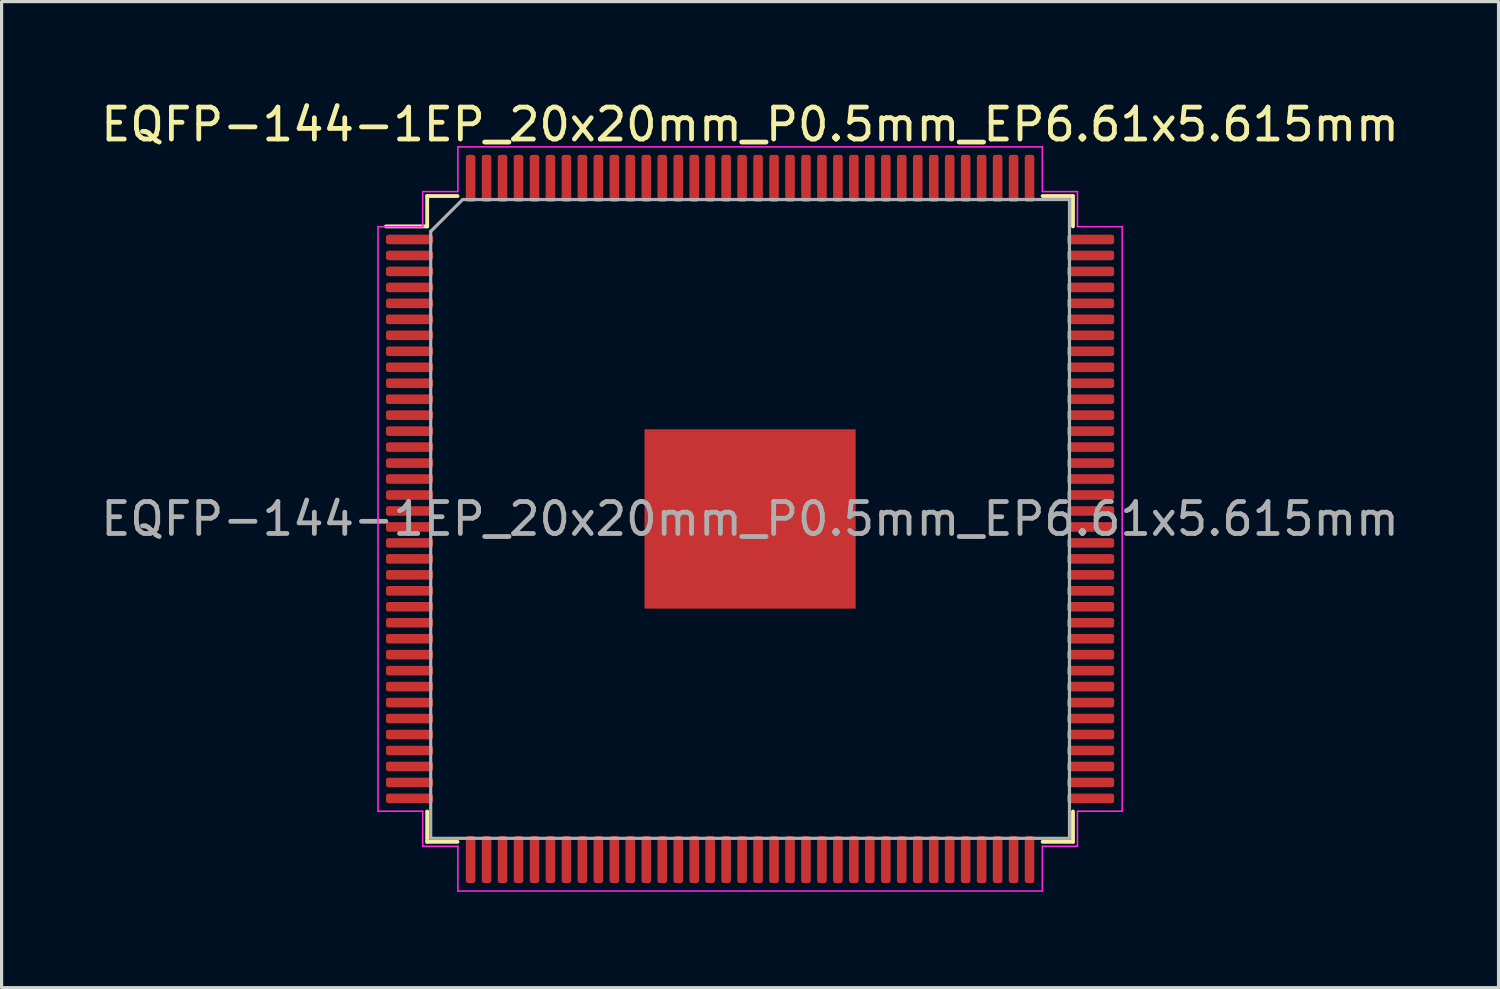
<source format=kicad_pcb>
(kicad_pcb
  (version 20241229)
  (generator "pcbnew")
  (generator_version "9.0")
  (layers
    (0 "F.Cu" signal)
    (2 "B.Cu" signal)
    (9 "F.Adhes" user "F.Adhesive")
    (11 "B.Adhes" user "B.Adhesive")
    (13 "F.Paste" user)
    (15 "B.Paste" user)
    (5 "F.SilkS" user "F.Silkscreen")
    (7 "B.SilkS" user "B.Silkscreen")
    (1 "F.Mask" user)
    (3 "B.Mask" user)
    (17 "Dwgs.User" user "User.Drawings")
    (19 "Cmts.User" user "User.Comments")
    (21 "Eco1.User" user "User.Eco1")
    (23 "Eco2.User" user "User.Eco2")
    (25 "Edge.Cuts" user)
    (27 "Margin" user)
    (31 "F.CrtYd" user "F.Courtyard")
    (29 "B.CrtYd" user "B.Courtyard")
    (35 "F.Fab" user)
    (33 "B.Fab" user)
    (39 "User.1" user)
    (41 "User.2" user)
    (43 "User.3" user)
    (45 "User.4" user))
  (footprint "EQFP-144-1EP_20x20mm_P0.5mm_EP6.61x5.615mm"
    (layer "F.Cu")
    (at 20.435 13.198)
    (property "Reference" "EQFP-144-1EP_20x20mm_P0.5mm_EP6.61x5.615mm" (at 0 -12.35 0) (layer "F.SilkS") (effects (font (size 1 1) (thickness 0.15))))
    (attr smd)
    (fp_line (start -10.11 -10.11) (end -10.11 -9.16) (stroke (width 0.12) (type solid)) (layer "F.SilkS"))
    (fp_line (start -10.11 -9.16) (end -11.4 -9.16) (stroke (width 0.12) (type solid)) (layer "F.SilkS"))
    (fp_line (start -10.11 10.11) (end -10.11 9.16) (stroke (width 0.12) (type solid)) (layer "F.SilkS"))
    (fp_line (start -9.16 -10.11) (end -10.11 -10.11) (stroke (width 0.12) (type solid)) (layer "F.SilkS"))
    (fp_line (start -9.16 10.11) (end -10.11 10.11) (stroke (width 0.12) (type solid)) (layer "F.SilkS"))
    (fp_line (start 9.16 -10.11) (end 10.11 -10.11) (stroke (width 0.12) (type solid)) (layer "F.SilkS"))
    (fp_line (start 9.16 10.11) (end 10.11 10.11) (stroke (width 0.12) (type solid)) (layer "F.SilkS"))
    (fp_line (start 10.11 -10.11) (end 10.11 -9.16) (stroke (width 0.12) (type solid)) (layer "F.SilkS"))
    (fp_line (start 10.11 10.11) (end 10.11 9.16) (stroke (width 0.12) (type solid)) (layer "F.SilkS"))
    (fp_line (start -11.65 -9.15) (end -11.65 0) (stroke (width 0.05) (type solid)) (layer "F.CrtYd"))
    (fp_line (start -11.65 9.15) (end -11.65 0) (stroke (width 0.05) (type solid)) (layer "F.CrtYd"))
    (fp_line (start -10.25 -10.25) (end -10.25 -9.15) (stroke (width 0.05) (type solid)) (layer "F.CrtYd"))
    (fp_line (start -10.25 -9.15) (end -11.65 -9.15) (stroke (width 0.05) (type solid)) (layer "F.CrtYd"))
    (fp_line (start -10.25 9.15) (end -11.65 9.15) (stroke (width 0.05) (type solid)) (layer "F.CrtYd"))
    (fp_line (start -10.25 10.25) (end -10.25 9.15) (stroke (width 0.05) (type solid)) (layer "F.CrtYd"))
    (fp_line (start -9.15 -11.65) (end -9.15 -10.25) (stroke (width 0.05) (type solid)) (layer "F.CrtYd"))
    (fp_line (start -9.15 -10.25) (end -10.25 -10.25) (stroke (width 0.05) (type solid)) (layer "F.CrtYd"))
    (fp_line (start -9.15 10.25) (end -10.25 10.25) (stroke (width 0.05) (type solid)) (layer "F.CrtYd"))
    (fp_line (start -9.15 11.65) (end -9.15 10.25) (stroke (width 0.05) (type solid)) (layer "F.CrtYd"))
    (fp_line (start 0 -11.65) (end -9.15 -11.65) (stroke (width 0.05) (type solid)) (layer "F.CrtYd"))
    (fp_line (start 0 -11.65) (end 9.15 -11.65) (stroke (width 0.05) (type solid)) (layer "F.CrtYd"))
    (fp_line (start 0 11.65) (end -9.15 11.65) (stroke (width 0.05) (type solid)) (layer "F.CrtYd"))
    (fp_line (start 0 11.65) (end 9.15 11.65) (stroke (width 0.05) (type solid)) (layer "F.CrtYd"))
    (fp_line (start 9.15 -11.65) (end 9.15 -10.25) (stroke (width 0.05) (type solid)) (layer "F.CrtYd"))
    (fp_line (start 9.15 -10.25) (end 10.25 -10.25) (stroke (width 0.05) (type solid)) (layer "F.CrtYd"))
    (fp_line (start 9.15 10.25) (end 10.25 10.25) (stroke (width 0.05) (type solid)) (layer "F.CrtYd"))
    (fp_line (start 9.15 11.65) (end 9.15 10.25) (stroke (width 0.05) (type solid)) (layer "F.CrtYd"))
    (fp_line (start 10.25 -10.25) (end 10.25 -9.15) (stroke (width 0.05) (type solid)) (layer "F.CrtYd"))
    (fp_line (start 10.25 -9.15) (end 11.65 -9.15) (stroke (width 0.05) (type solid)) (layer "F.CrtYd"))
    (fp_line (start 10.25 9.15) (end 11.65 9.15) (stroke (width 0.05) (type solid)) (layer "F.CrtYd"))
    (fp_line (start 10.25 10.25) (end 10.25 9.15) (stroke (width 0.05) (type solid)) (layer "F.CrtYd"))
    (fp_line (start 11.65 -9.15) (end 11.65 0) (stroke (width 0.05) (type solid)) (layer "F.CrtYd"))
    (fp_line (start 11.65 9.15) (end 11.65 0) (stroke (width 0.05) (type solid)) (layer "F.CrtYd"))
    (fp_line (start -10 -9) (end -9 -10) (stroke (width 0.1) (type solid)) (layer "F.Fab"))
    (fp_line (start -10 10) (end -10 -9) (stroke (width 0.1) (type solid)) (layer "F.Fab"))
    (fp_line (start -9 -10) (end 10 -10) (stroke (width 0.1) (type solid)) (layer "F.Fab"))
    (fp_line (start 10 -10) (end 10 10) (stroke (width 0.1) (type solid)) (layer "F.Fab"))
    (fp_line (start 10 10) (end -10 10) (stroke (width 0.1) (type solid)) (layer "F.Fab"))
    (fp_text user "${REFERENCE}" (at 0 0 0) (layer "F.Fab") (effects (font (size 1 1) (thickness 0.15))))
    (pad "" smd roundrect (at -2.64 -2.1) (size 1.07 1.13) (layers "F.Paste") (roundrect_rratio 0.234))
    (pad "" smd roundrect (at -2.64 -0.7) (size 1.07 1.13) (layers "F.Paste") (roundrect_rratio 0.234))
    (pad "" smd roundrect (at -2.64 0.7) (size 1.07 1.13) (layers "F.Paste") (roundrect_rratio 0.234))
    (pad "" smd roundrect (at -2.64 2.1) (size 1.07 1.13) (layers "F.Paste") (roundrect_rratio 0.234))
    (pad "" smd roundrect (at -1.32 -2.1) (size 1.07 1.13) (layers "F.Paste") (roundrect_rratio 0.234))
    (pad "" smd roundrect (at -1.32 -0.7) (size 1.07 1.13) (layers "F.Paste") (roundrect_rratio 0.234))
    (pad "" smd roundrect (at -1.32 0.7) (size 1.07 1.13) (layers "F.Paste") (roundrect_rratio 0.234))
    (pad "" smd roundrect (at -1.32 2.1) (size 1.07 1.13) (layers "F.Paste") (roundrect_rratio 0.234))
    (pad "" smd roundrect (at 0 -2.1) (size 1.07 1.13) (layers "F.Paste") (roundrect_rratio 0.234))
    (pad "" smd roundrect (at 0 -0.7) (size 1.07 1.13) (layers "F.Paste") (roundrect_rratio 0.234))
    (pad "" smd roundrect (at 0 0.7) (size 1.07 1.13) (layers "F.Paste") (roundrect_rratio 0.234))
    (pad "" smd roundrect (at 0 2.1) (size 1.07 1.13) (layers "F.Paste") (roundrect_rratio 0.234))
    (pad "" smd roundrect (at 1.32 -2.1) (size 1.07 1.13) (layers "F.Paste") (roundrect_rratio 0.234))
    (pad "" smd roundrect (at 1.32 -0.7) (size 1.07 1.13) (layers "F.Paste") (roundrect_rratio 0.234))
    (pad "" smd roundrect (at 1.32 0.7) (size 1.07 1.13) (layers "F.Paste") (roundrect_rratio 0.234))
    (pad "" smd roundrect (at 1.32 2.1) (size 1.07 1.13) (layers "F.Paste") (roundrect_rratio 0.234))
    (pad "" smd roundrect (at 2.64 -2.1) (size 1.07 1.13) (layers "F.Paste") (roundrect_rratio 0.234))
    (pad "" smd roundrect (at 2.64 -0.7) (size 1.07 1.13) (layers "F.Paste") (roundrect_rratio 0.234))
    (pad "" smd roundrect (at 2.64 0.7) (size 1.07 1.13) (layers "F.Paste") (roundrect_rratio 0.234))
    (pad "" smd roundrect (at 2.64 2.1) (size 1.07 1.13) (layers "F.Paste") (roundrect_rratio 0.234))
    (pad "1" smd roundrect (at -10.662 -8.75) (size 1.475 0.3) (layers "F.Cu" "F.Mask" "F.Paste") (roundrect_rratio 0.25))
    (pad "2" smd roundrect (at -10.662 -8.25) (size 1.475 0.3) (layers "F.Cu" "F.Mask" "F.Paste") (roundrect_rratio 0.25))
    (pad "3" smd roundrect (at -10.662 -7.75) (size 1.475 0.3) (layers "F.Cu" "F.Mask" "F.Paste") (roundrect_rratio 0.25))
    (pad "4" smd roundrect (at -10.662 -7.25) (size 1.475 0.3) (layers "F.Cu" "F.Mask" "F.Paste") (roundrect_rratio 0.25))
    (pad "5" smd roundrect (at -10.662 -6.75) (size 1.475 0.3) (layers "F.Cu" "F.Mask" "F.Paste") (roundrect_rratio 0.25))
    (pad "6" smd roundrect (at -10.662 -6.25) (size 1.475 0.3) (layers "F.Cu" "F.Mask" "F.Paste") (roundrect_rratio 0.25))
    (pad "7" smd roundrect (at -10.662 -5.75) (size 1.475 0.3) (layers "F.Cu" "F.Mask" "F.Paste") (roundrect_rratio 0.25))
    (pad "8" smd roundrect (at -10.662 -5.25) (size 1.475 0.3) (layers "F.Cu" "F.Mask" "F.Paste") (roundrect_rratio 0.25))
    (pad "9" smd roundrect (at -10.662 -4.75) (size 1.475 0.3) (layers "F.Cu" "F.Mask" "F.Paste") (roundrect_rratio 0.25))
    (pad "10" smd roundrect (at -10.662 -4.25) (size 1.475 0.3) (layers "F.Cu" "F.Mask" "F.Paste") (roundrect_rratio 0.25))
    (pad "11" smd roundrect (at -10.662 -3.75) (size 1.475 0.3) (layers "F.Cu" "F.Mask" "F.Paste") (roundrect_rratio 0.25))
    (pad "12" smd roundrect (at -10.662 -3.25) (size 1.475 0.3) (layers "F.Cu" "F.Mask" "F.Paste") (roundrect_rratio 0.25))
    (pad "13" smd roundrect (at -10.662 -2.75) (size 1.475 0.3) (layers "F.Cu" "F.Mask" "F.Paste") (roundrect_rratio 0.25))
    (pad "14" smd roundrect (at -10.662 -2.25) (size 1.475 0.3) (layers "F.Cu" "F.Mask" "F.Paste") (roundrect_rratio 0.25))
    (pad "15" smd roundrect (at -10.662 -1.75) (size 1.475 0.3) (layers "F.Cu" "F.Mask" "F.Paste") (roundrect_rratio 0.25))
    (pad "16" smd roundrect (at -10.662 -1.25) (size 1.475 0.3) (layers "F.Cu" "F.Mask" "F.Paste") (roundrect_rratio 0.25))
    (pad "17" smd roundrect (at -10.662 -0.75) (size 1.475 0.3) (layers "F.Cu" "F.Mask" "F.Paste") (roundrect_rratio 0.25))
    (pad "18" smd roundrect (at -10.662 -0.25) (size 1.475 0.3) (layers "F.Cu" "F.Mask" "F.Paste") (roundrect_rratio 0.25))
    (pad "19" smd roundrect (at -10.662 0.25) (size 1.475 0.3) (layers "F.Cu" "F.Mask" "F.Paste") (roundrect_rratio 0.25))
    (pad "20" smd roundrect (at -10.662 0.75) (size 1.475 0.3) (layers "F.Cu" "F.Mask" "F.Paste") (roundrect_rratio 0.25))
    (pad "21" smd roundrect (at -10.662 1.25) (size 1.475 0.3) (layers "F.Cu" "F.Mask" "F.Paste") (roundrect_rratio 0.25))
    (pad "22" smd roundrect (at -10.662 1.75) (size 1.475 0.3) (layers "F.Cu" "F.Mask" "F.Paste") (roundrect_rratio 0.25))
    (pad "23" smd roundrect (at -10.662 2.25) (size 1.475 0.3) (layers "F.Cu" "F.Mask" "F.Paste") (roundrect_rratio 0.25))
    (pad "24" smd roundrect (at -10.662 2.75) (size 1.475 0.3) (layers "F.Cu" "F.Mask" "F.Paste") (roundrect_rratio 0.25))
    (pad "25" smd roundrect (at -10.662 3.25) (size 1.475 0.3) (layers "F.Cu" "F.Mask" "F.Paste") (roundrect_rratio 0.25))
    (pad "26" smd roundrect (at -10.662 3.75) (size 1.475 0.3) (layers "F.Cu" "F.Mask" "F.Paste") (roundrect_rratio 0.25))
    (pad "27" smd roundrect (at -10.662 4.25) (size 1.475 0.3) (layers "F.Cu" "F.Mask" "F.Paste") (roundrect_rratio 0.25))
    (pad "28" smd roundrect (at -10.662 4.75) (size 1.475 0.3) (layers "F.Cu" "F.Mask" "F.Paste") (roundrect_rratio 0.25))
    (pad "29" smd roundrect (at -10.662 5.25) (size 1.475 0.3) (layers "F.Cu" "F.Mask" "F.Paste") (roundrect_rratio 0.25))
    (pad "30" smd roundrect (at -10.662 5.75) (size 1.475 0.3) (layers "F.Cu" "F.Mask" "F.Paste") (roundrect_rratio 0.25))
    (pad "31" smd roundrect (at -10.662 6.25) (size 1.475 0.3) (layers "F.Cu" "F.Mask" "F.Paste") (roundrect_rratio 0.25))
    (pad "32" smd roundrect (at -10.662 6.75) (size 1.475 0.3) (layers "F.Cu" "F.Mask" "F.Paste") (roundrect_rratio 0.25))
    (pad "33" smd roundrect (at -10.662 7.25) (size 1.475 0.3) (layers "F.Cu" "F.Mask" "F.Paste") (roundrect_rratio 0.25))
    (pad "34" smd roundrect (at -10.662 7.75) (size 1.475 0.3) (layers "F.Cu" "F.Mask" "F.Paste") (roundrect_rratio 0.25))
    (pad "35" smd roundrect (at -10.662 8.25) (size 1.475 0.3) (layers "F.Cu" "F.Mask" "F.Paste") (roundrect_rratio 0.25))
    (pad "36" smd roundrect (at -10.662 8.75) (size 1.475 0.3) (layers "F.Cu" "F.Mask" "F.Paste") (roundrect_rratio 0.25))
    (pad "37" smd roundrect (at -8.75 10.662) (size 0.3 1.475) (layers "F.Cu" "F.Mask" "F.Paste") (roundrect_rratio 0.25))
    (pad "38" smd roundrect (at -8.25 10.662) (size 0.3 1.475) (layers "F.Cu" "F.Mask" "F.Paste") (roundrect_rratio 0.25))
    (pad "39" smd roundrect (at -7.75 10.662) (size 0.3 1.475) (layers "F.Cu" "F.Mask" "F.Paste") (roundrect_rratio 0.25))
    (pad "40" smd roundrect (at -7.25 10.662) (size 0.3 1.475) (layers "F.Cu" "F.Mask" "F.Paste") (roundrect_rratio 0.25))
    (pad "41" smd roundrect (at -6.75 10.662) (size 0.3 1.475) (layers "F.Cu" "F.Mask" "F.Paste") (roundrect_rratio 0.25))
    (pad "42" smd roundrect (at -6.25 10.662) (size 0.3 1.475) (layers "F.Cu" "F.Mask" "F.Paste") (roundrect_rratio 0.25))
    (pad "43" smd roundrect (at -5.75 10.662) (size 0.3 1.475) (layers "F.Cu" "F.Mask" "F.Paste") (roundrect_rratio 0.25))
    (pad "44" smd roundrect (at -5.25 10.662) (size 0.3 1.475) (layers "F.Cu" "F.Mask" "F.Paste") (roundrect_rratio 0.25))
    (pad "45" smd roundrect (at -4.75 10.662) (size 0.3 1.475) (layers "F.Cu" "F.Mask" "F.Paste") (roundrect_rratio 0.25))
    (pad "46" smd roundrect (at -4.25 10.662) (size 0.3 1.475) (layers "F.Cu" "F.Mask" "F.Paste") (roundrect_rratio 0.25))
    (pad "47" smd roundrect (at -3.75 10.662) (size 0.3 1.475) (layers "F.Cu" "F.Mask" "F.Paste") (roundrect_rratio 0.25))
    (pad "48" smd roundrect (at -3.25 10.662) (size 0.3 1.475) (layers "F.Cu" "F.Mask" "F.Paste") (roundrect_rratio 0.25))
    (pad "49" smd roundrect (at -2.75 10.662) (size 0.3 1.475) (layers "F.Cu" "F.Mask" "F.Paste") (roundrect_rratio 0.25))
    (pad "50" smd roundrect (at -2.25 10.662) (size 0.3 1.475) (layers "F.Cu" "F.Mask" "F.Paste") (roundrect_rratio 0.25))
    (pad "51" smd roundrect (at -1.75 10.662) (size 0.3 1.475) (layers "F.Cu" "F.Mask" "F.Paste") (roundrect_rratio 0.25))
    (pad "52" smd roundrect (at -1.25 10.662) (size 0.3 1.475) (layers "F.Cu" "F.Mask" "F.Paste") (roundrect_rratio 0.25))
    (pad "53" smd roundrect (at -0.75 10.662) (size 0.3 1.475) (layers "F.Cu" "F.Mask" "F.Paste") (roundrect_rratio 0.25))
    (pad "54" smd roundrect (at -0.25 10.662) (size 0.3 1.475) (layers "F.Cu" "F.Mask" "F.Paste") (roundrect_rratio 0.25))
    (pad "55" smd roundrect (at 0.25 10.662) (size 0.3 1.475) (layers "F.Cu" "F.Mask" "F.Paste") (roundrect_rratio 0.25))
    (pad "56" smd roundrect (at 0.75 10.662) (size 0.3 1.475) (layers "F.Cu" "F.Mask" "F.Paste") (roundrect_rratio 0.25))
    (pad "57" smd roundrect (at 1.25 10.662) (size 0.3 1.475) (layers "F.Cu" "F.Mask" "F.Paste") (roundrect_rratio 0.25))
    (pad "58" smd roundrect (at 1.75 10.662) (size 0.3 1.475) (layers "F.Cu" "F.Mask" "F.Paste") (roundrect_rratio 0.25))
    (pad "59" smd roundrect (at 2.25 10.662) (size 0.3 1.475) (layers "F.Cu" "F.Mask" "F.Paste") (roundrect_rratio 0.25))
    (pad "60" smd roundrect (at 2.75 10.662) (size 0.3 1.475) (layers "F.Cu" "F.Mask" "F.Paste") (roundrect_rratio 0.25))
    (pad "61" smd roundrect (at 3.25 10.662) (size 0.3 1.475) (layers "F.Cu" "F.Mask" "F.Paste") (roundrect_rratio 0.25))
    (pad "62" smd roundrect (at 3.75 10.662) (size 0.3 1.475) (layers "F.Cu" "F.Mask" "F.Paste") (roundrect_rratio 0.25))
    (pad "63" smd roundrect (at 4.25 10.662) (size 0.3 1.475) (layers "F.Cu" "F.Mask" "F.Paste") (roundrect_rratio 0.25))
    (pad "64" smd roundrect (at 4.75 10.662) (size 0.3 1.475) (layers "F.Cu" "F.Mask" "F.Paste") (roundrect_rratio 0.25))
    (pad "65" smd roundrect (at 5.25 10.662) (size 0.3 1.475) (layers "F.Cu" "F.Mask" "F.Paste") (roundrect_rratio 0.25))
    (pad "66" smd roundrect (at 5.75 10.662) (size 0.3 1.475) (layers "F.Cu" "F.Mask" "F.Paste") (roundrect_rratio 0.25))
    (pad "67" smd roundrect (at 6.25 10.662) (size 0.3 1.475) (layers "F.Cu" "F.Mask" "F.Paste") (roundrect_rratio 0.25))
    (pad "68" smd roundrect (at 6.75 10.662) (size 0.3 1.475) (layers "F.Cu" "F.Mask" "F.Paste") (roundrect_rratio 0.25))
    (pad "69" smd roundrect (at 7.25 10.662) (size 0.3 1.475) (layers "F.Cu" "F.Mask" "F.Paste") (roundrect_rratio 0.25))
    (pad "70" smd roundrect (at 7.75 10.662) (size 0.3 1.475) (layers "F.Cu" "F.Mask" "F.Paste") (roundrect_rratio 0.25))
    (pad "71" smd roundrect (at 8.25 10.662) (size 0.3 1.475) (layers "F.Cu" "F.Mask" "F.Paste") (roundrect_rratio 0.25))
    (pad "72" smd roundrect (at 8.75 10.662) (size 0.3 1.475) (layers "F.Cu" "F.Mask" "F.Paste") (roundrect_rratio 0.25))
    (pad "73" smd roundrect (at 10.662 8.75) (size 1.475 0.3) (layers "F.Cu" "F.Mask" "F.Paste") (roundrect_rratio 0.25))
    (pad "74" smd roundrect (at 10.662 8.25) (size 1.475 0.3) (layers "F.Cu" "F.Mask" "F.Paste") (roundrect_rratio 0.25))
    (pad "75" smd roundrect (at 10.662 7.75) (size 1.475 0.3) (layers "F.Cu" "F.Mask" "F.Paste") (roundrect_rratio 0.25))
    (pad "76" smd roundrect (at 10.662 7.25) (size 1.475 0.3) (layers "F.Cu" "F.Mask" "F.Paste") (roundrect_rratio 0.25))
    (pad "77" smd roundrect (at 10.662 6.75) (size 1.475 0.3) (layers "F.Cu" "F.Mask" "F.Paste") (roundrect_rratio 0.25))
    (pad "78" smd roundrect (at 10.662 6.25) (size 1.475 0.3) (layers "F.Cu" "F.Mask" "F.Paste") (roundrect_rratio 0.25))
    (pad "79" smd roundrect (at 10.662 5.75) (size 1.475 0.3) (layers "F.Cu" "F.Mask" "F.Paste") (roundrect_rratio 0.25))
    (pad "80" smd roundrect (at 10.662 5.25) (size 1.475 0.3) (layers "F.Cu" "F.Mask" "F.Paste") (roundrect_rratio 0.25))
    (pad "81" smd roundrect (at 10.662 4.75) (size 1.475 0.3) (layers "F.Cu" "F.Mask" "F.Paste") (roundrect_rratio 0.25))
    (pad "82" smd roundrect (at 10.662 4.25) (size 1.475 0.3) (layers "F.Cu" "F.Mask" "F.Paste") (roundrect_rratio 0.25))
    (pad "83" smd roundrect (at 10.662 3.75) (size 1.475 0.3) (layers "F.Cu" "F.Mask" "F.Paste") (roundrect_rratio 0.25))
    (pad "84" smd roundrect (at 10.662 3.25) (size 1.475 0.3) (layers "F.Cu" "F.Mask" "F.Paste") (roundrect_rratio 0.25))
    (pad "85" smd roundrect (at 10.662 2.75) (size 1.475 0.3) (layers "F.Cu" "F.Mask" "F.Paste") (roundrect_rratio 0.25))
    (pad "86" smd roundrect (at 10.662 2.25) (size 1.475 0.3) (layers "F.Cu" "F.Mask" "F.Paste") (roundrect_rratio 0.25))
    (pad "87" smd roundrect (at 10.662 1.75) (size 1.475 0.3) (layers "F.Cu" "F.Mask" "F.Paste") (roundrect_rratio 0.25))
    (pad "88" smd roundrect (at 10.662 1.25) (size 1.475 0.3) (layers "F.Cu" "F.Mask" "F.Paste") (roundrect_rratio 0.25))
    (pad "89" smd roundrect (at 10.662 0.75) (size 1.475 0.3) (layers "F.Cu" "F.Mask" "F.Paste") (roundrect_rratio 0.25))
    (pad "90" smd roundrect (at 10.662 0.25) (size 1.475 0.3) (layers "F.Cu" "F.Mask" "F.Paste") (roundrect_rratio 0.25))
    (pad "91" smd roundrect (at 10.662 -0.25) (size 1.475 0.3) (layers "F.Cu" "F.Mask" "F.Paste") (roundrect_rratio 0.25))
    (pad "92" smd roundrect (at 10.662 -0.75) (size 1.475 0.3) (layers "F.Cu" "F.Mask" "F.Paste") (roundrect_rratio 0.25))
    (pad "93" smd roundrect (at 10.662 -1.25) (size 1.475 0.3) (layers "F.Cu" "F.Mask" "F.Paste") (roundrect_rratio 0.25))
    (pad "94" smd roundrect (at 10.662 -1.75) (size 1.475 0.3) (layers "F.Cu" "F.Mask" "F.Paste") (roundrect_rratio 0.25))
    (pad "95" smd roundrect (at 10.662 -2.25) (size 1.475 0.3) (layers "F.Cu" "F.Mask" "F.Paste") (roundrect_rratio 0.25))
    (pad "96" smd roundrect (at 10.662 -2.75) (size 1.475 0.3) (layers "F.Cu" "F.Mask" "F.Paste") (roundrect_rratio 0.25))
    (pad "97" smd roundrect (at 10.662 -3.25) (size 1.475 0.3) (layers "F.Cu" "F.Mask" "F.Paste") (roundrect_rratio 0.25))
    (pad "98" smd roundrect (at 10.662 -3.75) (size 1.475 0.3) (layers "F.Cu" "F.Mask" "F.Paste") (roundrect_rratio 0.25))
    (pad "99" smd roundrect (at 10.662 -4.25) (size 1.475 0.3) (layers "F.Cu" "F.Mask" "F.Paste") (roundrect_rratio 0.25))
    (pad "100" smd roundrect (at 10.662 -4.75) (size 1.475 0.3) (layers "F.Cu" "F.Mask" "F.Paste") (roundrect_rratio 0.25))
    (pad "101" smd roundrect (at 10.662 -5.25) (size 1.475 0.3) (layers "F.Cu" "F.Mask" "F.Paste") (roundrect_rratio 0.25))
    (pad "102" smd roundrect (at 10.662 -5.75) (size 1.475 0.3) (layers "F.Cu" "F.Mask" "F.Paste") (roundrect_rratio 0.25))
    (pad "103" smd roundrect (at 10.662 -6.25) (size 1.475 0.3) (layers "F.Cu" "F.Mask" "F.Paste") (roundrect_rratio 0.25))
    (pad "104" smd roundrect (at 10.662 -6.75) (size 1.475 0.3) (layers "F.Cu" "F.Mask" "F.Paste") (roundrect_rratio 0.25))
    (pad "105" smd roundrect (at 10.662 -7.25) (size 1.475 0.3) (layers "F.Cu" "F.Mask" "F.Paste") (roundrect_rratio 0.25))
    (pad "106" smd roundrect (at 10.662 -7.75) (size 1.475 0.3) (layers "F.Cu" "F.Mask" "F.Paste") (roundrect_rratio 0.25))
    (pad "107" smd roundrect (at 10.662 -8.25) (size 1.475 0.3) (layers "F.Cu" "F.Mask" "F.Paste") (roundrect_rratio 0.25))
    (pad "108" smd roundrect (at 10.662 -8.75) (size 1.475 0.3) (layers "F.Cu" "F.Mask" "F.Paste") (roundrect_rratio 0.25))
    (pad "109" smd roundrect (at 8.75 -10.662) (size 0.3 1.475) (layers "F.Cu" "F.Mask" "F.Paste") (roundrect_rratio 0.25))
    (pad "110" smd roundrect (at 8.25 -10.662) (size 0.3 1.475) (layers "F.Cu" "F.Mask" "F.Paste") (roundrect_rratio 0.25))
    (pad "111" smd roundrect (at 7.75 -10.662) (size 0.3 1.475) (layers "F.Cu" "F.Mask" "F.Paste") (roundrect_rratio 0.25))
    (pad "112" smd roundrect (at 7.25 -10.662) (size 0.3 1.475) (layers "F.Cu" "F.Mask" "F.Paste") (roundrect_rratio 0.25))
    (pad "113" smd roundrect (at 6.75 -10.662) (size 0.3 1.475) (layers "F.Cu" "F.Mask" "F.Paste") (roundrect_rratio 0.25))
    (pad "114" smd roundrect (at 6.25 -10.662) (size 0.3 1.475) (layers "F.Cu" "F.Mask" "F.Paste") (roundrect_rratio 0.25))
    (pad "115" smd roundrect (at 5.75 -10.662) (size 0.3 1.475) (layers "F.Cu" "F.Mask" "F.Paste") (roundrect_rratio 0.25))
    (pad "116" smd roundrect (at 5.25 -10.662) (size 0.3 1.475) (layers "F.Cu" "F.Mask" "F.Paste") (roundrect_rratio 0.25))
    (pad "117" smd roundrect (at 4.75 -10.662) (size 0.3 1.475) (layers "F.Cu" "F.Mask" "F.Paste") (roundrect_rratio 0.25))
    (pad "118" smd roundrect (at 4.25 -10.662) (size 0.3 1.475) (layers "F.Cu" "F.Mask" "F.Paste") (roundrect_rratio 0.25))
    (pad "119" smd roundrect (at 3.75 -10.662) (size 0.3 1.475) (layers "F.Cu" "F.Mask" "F.Paste") (roundrect_rratio 0.25))
    (pad "120" smd roundrect (at 3.25 -10.662) (size 0.3 1.475) (layers "F.Cu" "F.Mask" "F.Paste") (roundrect_rratio 0.25))
    (pad "121" smd roundrect (at 2.75 -10.662) (size 0.3 1.475) (layers "F.Cu" "F.Mask" "F.Paste") (roundrect_rratio 0.25))
    (pad "122" smd roundrect (at 2.25 -10.662) (size 0.3 1.475) (layers "F.Cu" "F.Mask" "F.Paste") (roundrect_rratio 0.25))
    (pad "123" smd roundrect (at 1.75 -10.662) (size 0.3 1.475) (layers "F.Cu" "F.Mask" "F.Paste") (roundrect_rratio 0.25))
    (pad "124" smd roundrect (at 1.25 -10.662) (size 0.3 1.475) (layers "F.Cu" "F.Mask" "F.Paste") (roundrect_rratio 0.25))
    (pad "125" smd roundrect (at 0.75 -10.662) (size 0.3 1.475) (layers "F.Cu" "F.Mask" "F.Paste") (roundrect_rratio 0.25))
    (pad "126" smd roundrect (at 0.25 -10.662) (size 0.3 1.475) (layers "F.Cu" "F.Mask" "F.Paste") (roundrect_rratio 0.25))
    (pad "127" smd roundrect (at -0.25 -10.662) (size 0.3 1.475) (layers "F.Cu" "F.Mask" "F.Paste") (roundrect_rratio 0.25))
    (pad "128" smd roundrect (at -0.75 -10.662) (size 0.3 1.475) (layers "F.Cu" "F.Mask" "F.Paste") (roundrect_rratio 0.25))
    (pad "129" smd roundrect (at -1.25 -10.662) (size 0.3 1.475) (layers "F.Cu" "F.Mask" "F.Paste") (roundrect_rratio 0.25))
    (pad "130" smd roundrect (at -1.75 -10.662) (size 0.3 1.475) (layers "F.Cu" "F.Mask" "F.Paste") (roundrect_rratio 0.25))
    (pad "131" smd roundrect (at -2.25 -10.662) (size 0.3 1.475) (layers "F.Cu" "F.Mask" "F.Paste") (roundrect_rratio 0.25))
    (pad "132" smd roundrect (at -2.75 -10.662) (size 0.3 1.475) (layers "F.Cu" "F.Mask" "F.Paste") (roundrect_rratio 0.25))
    (pad "133" smd roundrect (at -3.25 -10.662) (size 0.3 1.475) (layers "F.Cu" "F.Mask" "F.Paste") (roundrect_rratio 0.25))
    (pad "134" smd roundrect (at -3.75 -10.662) (size 0.3 1.475) (layers "F.Cu" "F.Mask" "F.Paste") (roundrect_rratio 0.25))
    (pad "135" smd roundrect (at -4.25 -10.662) (size 0.3 1.475) (layers "F.Cu" "F.Mask" "F.Paste") (roundrect_rratio 0.25))
    (pad "136" smd roundrect (at -4.75 -10.662) (size 0.3 1.475) (layers "F.Cu" "F.Mask" "F.Paste") (roundrect_rratio 0.25))
    (pad "137" smd roundrect (at -5.25 -10.662) (size 0.3 1.475) (layers "F.Cu" "F.Mask" "F.Paste") (roundrect_rratio 0.25))
    (pad "138" smd roundrect (at -5.75 -10.662) (size 0.3 1.475) (layers "F.Cu" "F.Mask" "F.Paste") (roundrect_rratio 0.25))
    (pad "139" smd roundrect (at -6.25 -10.662) (size 0.3 1.475) (layers "F.Cu" "F.Mask" "F.Paste") (roundrect_rratio 0.25))
    (pad "140" smd roundrect (at -6.75 -10.662) (size 0.3 1.475) (layers "F.Cu" "F.Mask" "F.Paste") (roundrect_rratio 0.25))
    (pad "141" smd roundrect (at -7.25 -10.662) (size 0.3 1.475) (layers "F.Cu" "F.Mask" "F.Paste") (roundrect_rratio 0.25))
    (pad "142" smd roundrect (at -7.75 -10.662) (size 0.3 1.475) (layers "F.Cu" "F.Mask" "F.Paste") (roundrect_rratio 0.25))
    (pad "143" smd roundrect (at -8.25 -10.662) (size 0.3 1.475) (layers "F.Cu" "F.Mask" "F.Paste") (roundrect_rratio 0.25))
    (pad "144" smd roundrect (at -8.75 -10.662) (size 0.3 1.475) (layers "F.Cu" "F.Mask" "F.Paste") (roundrect_rratio 0.25))
    (pad "145" smd rect (at 0 0) (size 6.61 5.615) (layers "F.Cu" "F.Mask")))
  (gr_rect
    (start -3 -3)
    (end 43.869 27.873)
    (stroke (width 0.1) (type default))
    (fill no)
    (layer "Edge.Cuts")))
</source>
